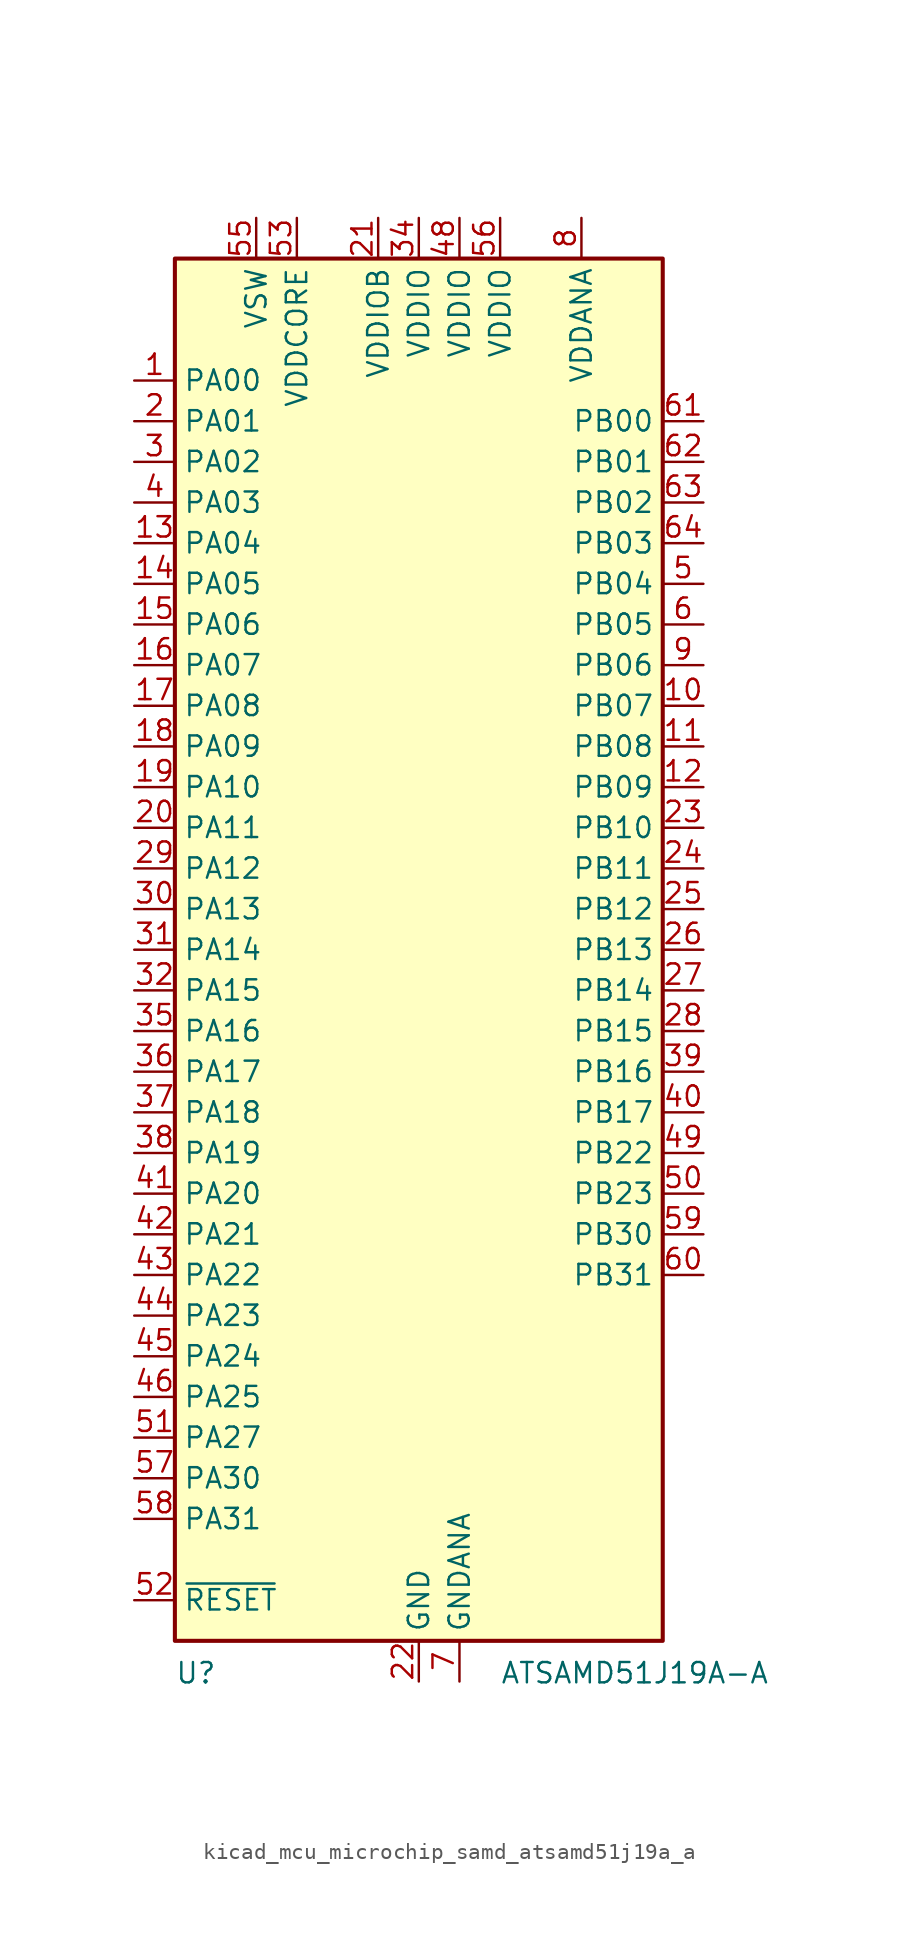
<source format=kicad_sym>
(kicad_symbol_lib
  (version 20220914)
  (generator kicad_symbol_editor)
  (symbol "kicad_mcu_microchip_samd_atsamd51j19a_a"
    (property "Reference" "U"
      (at -15.24 -44.45 0)
      (effects (font (size 1.27 1.27)) (justify left top)))
    (property "Value" "ATSAMD51J19A-A"
      (at 5.08 -44.45 0)
      (effects (font (size 1.27 1.27)) (justify left top)))
    (symbol "kicad_mcu_microchip_samd_atsamd51j19a_a_0_1"
      (rectangle (start -15.24 43.18) (end 15.24 -43.18) (stroke (width 0.254) (type default)) (fill (type background))))
    (symbol "kicad_mcu_microchip_samd_atsamd51j19a_a_1_0"
      (pin bidirectional line (at 17.78 25.4 180) (length 2.54) (name "PB03" (effects (font (size 1.27 1.27)))) (number "64" (effects (font (size 1.27 1.27))))))
    (symbol "kicad_mcu_microchip_samd_atsamd51j19a_a_1_1"
      (pin bidirectional line (at -17.78 35.56 0) (length 2.54) (name "PA00" (effects (font (size 1.27 1.27)))) (number "1" (effects (font (size 1.27 1.27)))))
      (pin bidirectional line (at 17.78 15.24 180) (length 2.54) (name "PB07" (effects (font (size 1.27 1.27)))) (number "10" (effects (font (size 1.27 1.27)))))
      (pin bidirectional line (at 17.78 12.7 180) (length 2.54) (name "PB08" (effects (font (size 1.27 1.27)))) (number "11" (effects (font (size 1.27 1.27)))))
      (pin bidirectional line (at 17.78 10.16 180) (length 2.54) (name "PB09" (effects (font (size 1.27 1.27)))) (number "12" (effects (font (size 1.27 1.27)))))
      (pin bidirectional line (at -17.78 25.4 0) (length 2.54) (name "PA04" (effects (font (size 1.27 1.27)))) (number "13" (effects (font (size 1.27 1.27)))))
      (pin bidirectional line (at -17.78 22.86 0) (length 2.54) (name "PA05" (effects (font (size 1.27 1.27)))) (number "14" (effects (font (size 1.27 1.27)))))
      (pin bidirectional line (at -17.78 20.32 0) (length 2.54) (name "PA06" (effects (font (size 1.27 1.27)))) (number "15" (effects (font (size 1.27 1.27)))))
      (pin bidirectional line (at -17.78 17.78 0) (length 2.54) (name "PA07" (effects (font (size 1.27 1.27)))) (number "16" (effects (font (size 1.27 1.27)))))
      (pin bidirectional line (at -17.78 15.24 0) (length 2.54) (name "PA08" (effects (font (size 1.27 1.27)))) (number "17" (effects (font (size 1.27 1.27)))))
      (pin bidirectional line (at -17.78 12.7 0) (length 2.54) (name "PA09" (effects (font (size 1.27 1.27)))) (number "18" (effects (font (size 1.27 1.27)))))
      (pin bidirectional line (at -17.78 10.16 0) (length 2.54) (name "PA10" (effects (font (size 1.27 1.27)))) (number "19" (effects (font (size 1.27 1.27)))))
      (pin bidirectional line (at -17.78 33.02 0) (length 2.54) (name "PA01" (effects (font (size 1.27 1.27)))) (number "2" (effects (font (size 1.27 1.27)))))
      (pin bidirectional line (at -17.78 7.62 0) (length 2.54) (name "PA11" (effects (font (size 1.27 1.27)))) (number "20" (effects (font (size 1.27 1.27)))))
      (pin power_in line (at -2.54 45.72 270) (length 2.54) (name "VDDIOB" (effects (font (size 1.27 1.27)))) (number "21" (effects (font (size 1.27 1.27)))))
      (pin power_in line (at 0 -45.72 90) (length 2.54) (name "GND" (effects (font (size 1.27 1.27)))) (number "22" (effects (font (size 1.27 1.27)))))
      (pin bidirectional line (at 17.78 7.62 180) (length 2.54) (name "PB10" (effects (font (size 1.27 1.27)))) (number "23" (effects (font (size 1.27 1.27)))))
      (pin bidirectional line (at 17.78 5.08 180) (length 2.54) (name "PB11" (effects (font (size 1.27 1.27)))) (number "24" (effects (font (size 1.27 1.27)))))
      (pin bidirectional line (at 17.78 2.54 180) (length 2.54) (name "PB12" (effects (font (size 1.27 1.27)))) (number "25" (effects (font (size 1.27 1.27)))))
      (pin bidirectional line (at 17.78 0 180) (length 2.54) (name "PB13" (effects (font (size 1.27 1.27)))) (number "26" (effects (font (size 1.27 1.27)))))
      (pin bidirectional line (at 17.78 -2.54 180) (length 2.54) (name "PB14" (effects (font (size 1.27 1.27)))) (number "27" (effects (font (size 1.27 1.27)))))
      (pin bidirectional line (at 17.78 -5.08 180) (length 2.54) (name "PB15" (effects (font (size 1.27 1.27)))) (number "28" (effects (font (size 1.27 1.27)))))
      (pin bidirectional line (at -17.78 5.08 0) (length 2.54) (name "PA12" (effects (font (size 1.27 1.27)))) (number "29" (effects (font (size 1.27 1.27)))))
      (pin bidirectional line (at -17.78 30.48 0) (length 2.54) (name "PA02" (effects (font (size 1.27 1.27)))) (number "3" (effects (font (size 1.27 1.27)))))
      (pin bidirectional line (at -17.78 2.54 0) (length 2.54) (name "PA13" (effects (font (size 1.27 1.27)))) (number "30" (effects (font (size 1.27 1.27)))))
      (pin bidirectional line (at -17.78 0 0) (length 2.54) (name "PA14" (effects (font (size 1.27 1.27)))) (number "31" (effects (font (size 1.27 1.27)))))
      (pin bidirectional line (at -17.78 -2.54 0) (length 2.54) (name "PA15" (effects (font (size 1.27 1.27)))) (number "32" (effects (font (size 1.27 1.27)))))
      (pin passive line (at 0 -45.72 90) (length 2.54) hide (name "GND" (effects (font (size 1.27 1.27)))) (number "33" (effects (font (size 1.27 1.27)))))
      (pin power_in line (at 0 45.72 270) (length 2.54) (name "VDDIO" (effects (font (size 1.27 1.27)))) (number "34" (effects (font (size 1.27 1.27)))))
      (pin bidirectional line (at -17.78 -5.08 0) (length 2.54) (name "PA16" (effects (font (size 1.27 1.27)))) (number "35" (effects (font (size 1.27 1.27)))))
      (pin bidirectional line (at -17.78 -7.62 0) (length 2.54) (name "PA17" (effects (font (size 1.27 1.27)))) (number "36" (effects (font (size 1.27 1.27)))))
      (pin bidirectional line (at -17.78 -10.16 0) (length 2.54) (name "PA18" (effects (font (size 1.27 1.27)))) (number "37" (effects (font (size 1.27 1.27)))))
      (pin bidirectional line (at -17.78 -12.7 0) (length 2.54) (name "PA19" (effects (font (size 1.27 1.27)))) (number "38" (effects (font (size 1.27 1.27)))))
      (pin bidirectional line (at 17.78 -7.62 180) (length 2.54) (name "PB16" (effects (font (size 1.27 1.27)))) (number "39" (effects (font (size 1.27 1.27)))))
      (pin bidirectional line (at -17.78 27.94 0) (length 2.54) (name "PA03" (effects (font (size 1.27 1.27)))) (number "4" (effects (font (size 1.27 1.27)))))
      (pin bidirectional line (at 17.78 -10.16 180) (length 2.54) (name "PB17" (effects (font (size 1.27 1.27)))) (number "40" (effects (font (size 1.27 1.27)))))
      (pin bidirectional line (at -17.78 -15.24 0) (length 2.54) (name "PA20" (effects (font (size 1.27 1.27)))) (number "41" (effects (font (size 1.27 1.27)))))
      (pin bidirectional line (at -17.78 -17.78 0) (length 2.54) (name "PA21" (effects (font (size 1.27 1.27)))) (number "42" (effects (font (size 1.27 1.27)))))
      (pin bidirectional line (at -17.78 -20.32 0) (length 2.54) (name "PA22" (effects (font (size 1.27 1.27)))) (number "43" (effects (font (size 1.27 1.27)))))
      (pin bidirectional line (at -17.78 -22.86 0) (length 2.54) (name "PA23" (effects (font (size 1.27 1.27)))) (number "44" (effects (font (size 1.27 1.27)))))
      (pin bidirectional line (at -17.78 -25.4 0) (length 2.54) (name "PA24" (effects (font (size 1.27 1.27)))) (number "45" (effects (font (size 1.27 1.27)))))
      (pin bidirectional line (at -17.78 -27.94 0) (length 2.54) (name "PA25" (effects (font (size 1.27 1.27)))) (number "46" (effects (font (size 1.27 1.27)))))
      (pin passive line (at 0 -45.72 90) (length 2.54) hide (name "GND" (effects (font (size 1.27 1.27)))) (number "47" (effects (font (size 1.27 1.27)))))
      (pin power_in line (at 2.54 45.72 270) (length 2.54) (name "VDDIO" (effects (font (size 1.27 1.27)))) (number "48" (effects (font (size 1.27 1.27)))))
      (pin bidirectional line (at 17.78 -12.7 180) (length 2.54) (name "PB22" (effects (font (size 1.27 1.27)))) (number "49" (effects (font (size 1.27 1.27)))))
      (pin bidirectional line (at 17.78 22.86 180) (length 2.54) (name "PB04" (effects (font (size 1.27 1.27)))) (number "5" (effects (font (size 1.27 1.27)))))
      (pin bidirectional line (at 17.78 -15.24 180) (length 2.54) (name "PB23" (effects (font (size 1.27 1.27)))) (number "50" (effects (font (size 1.27 1.27)))))
      (pin bidirectional line (at -17.78 -30.48 0) (length 2.54) (name "PA27" (effects (font (size 1.27 1.27)))) (number "51" (effects (font (size 1.27 1.27)))))
      (pin input line (at -17.78 -40.64 0) (length 2.54) (name "~{RESET}" (effects (font (size 1.27 1.27)))) (number "52" (effects (font (size 1.27 1.27)))))
      (pin power_out line (at -7.62 45.72 270) (length 2.54) (name "VDDCORE" (effects (font (size 1.27 1.27)))) (number "53" (effects (font (size 1.27 1.27)))))
      (pin passive line (at 0 -45.72 90) (length 2.54) hide (name "GND" (effects (font (size 1.27 1.27)))) (number "54" (effects (font (size 1.27 1.27)))))
      (pin power_in line (at -10.16 45.72 270) (length 2.54) (name "VSW" (effects (font (size 1.27 1.27)))) (number "55" (effects (font (size 1.27 1.27)))))
      (pin power_in line (at 5.08 45.72 270) (length 2.54) (name "VDDIO" (effects (font (size 1.27 1.27)))) (number "56" (effects (font (size 1.27 1.27)))))
      (pin bidirectional line (at -17.78 -33.02 0) (length 2.54) (name "PA30" (effects (font (size 1.27 1.27)))) (number "57" (effects (font (size 1.27 1.27)))))
      (pin bidirectional line (at -17.78 -35.56 0) (length 2.54) (name "PA31" (effects (font (size 1.27 1.27)))) (number "58" (effects (font (size 1.27 1.27)))))
      (pin bidirectional line (at 17.78 -17.78 180) (length 2.54) (name "PB30" (effects (font (size 1.27 1.27)))) (number "59" (effects (font (size 1.27 1.27)))))
      (pin bidirectional line (at 17.78 20.32 180) (length 2.54) (name "PB05" (effects (font (size 1.27 1.27)))) (number "6" (effects (font (size 1.27 1.27)))))
      (pin bidirectional line (at 17.78 -20.32 180) (length 2.54) (name "PB31" (effects (font (size 1.27 1.27)))) (number "60" (effects (font (size 1.27 1.27)))))
      (pin bidirectional line (at 17.78 33.02 180) (length 2.54) (name "PB00" (effects (font (size 1.27 1.27)))) (number "61" (effects (font (size 1.27 1.27)))))
      (pin bidirectional line (at 17.78 30.48 180) (length 2.54) (name "PB01" (effects (font (size 1.27 1.27)))) (number "62" (effects (font (size 1.27 1.27)))))
      (pin bidirectional line (at 17.78 27.94 180) (length 2.54) (name "PB02" (effects (font (size 1.27 1.27)))) (number "63" (effects (font (size 1.27 1.27)))))
      (pin power_in line (at 2.54 -45.72 90) (length 2.54) (name "GNDANA" (effects (font (size 1.27 1.27)))) (number "7" (effects (font (size 1.27 1.27)))))
      (pin power_in line (at 10.16 45.72 270) (length 2.54) (name "VDDANA" (effects (font (size 1.27 1.27)))) (number "8" (effects (font (size 1.27 1.27)))))
      (pin bidirectional line (at 17.78 17.78 180) (length 2.54) (name "PB06" (effects (font (size 1.27 1.27)))) (number "9" (effects (font (size 1.27 1.27))))))))
</source>
